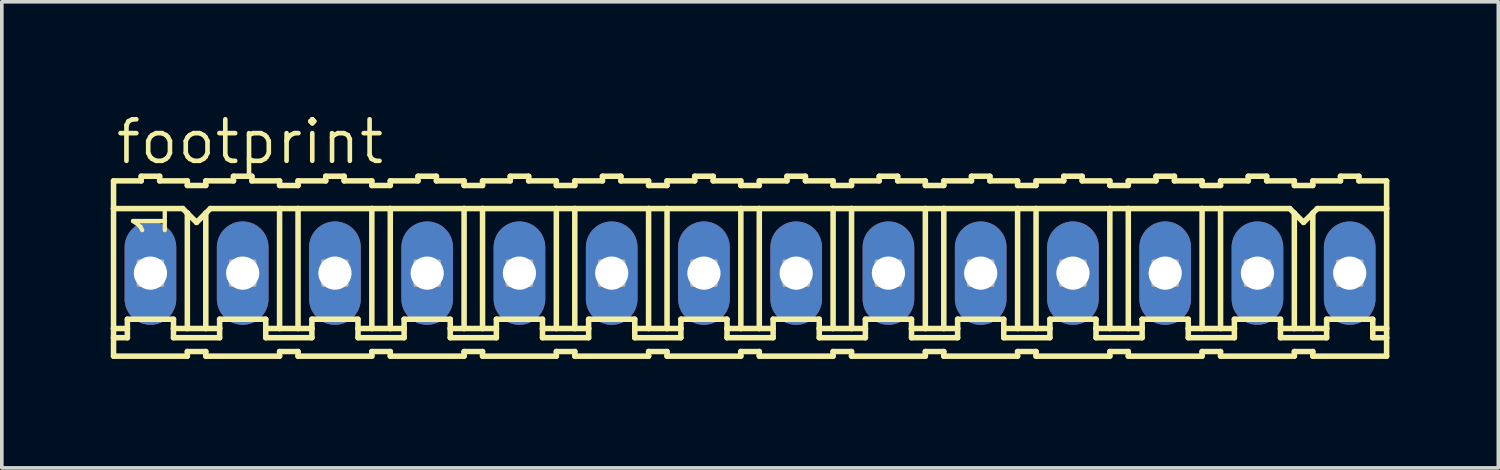
<source format=kicad_pcb>
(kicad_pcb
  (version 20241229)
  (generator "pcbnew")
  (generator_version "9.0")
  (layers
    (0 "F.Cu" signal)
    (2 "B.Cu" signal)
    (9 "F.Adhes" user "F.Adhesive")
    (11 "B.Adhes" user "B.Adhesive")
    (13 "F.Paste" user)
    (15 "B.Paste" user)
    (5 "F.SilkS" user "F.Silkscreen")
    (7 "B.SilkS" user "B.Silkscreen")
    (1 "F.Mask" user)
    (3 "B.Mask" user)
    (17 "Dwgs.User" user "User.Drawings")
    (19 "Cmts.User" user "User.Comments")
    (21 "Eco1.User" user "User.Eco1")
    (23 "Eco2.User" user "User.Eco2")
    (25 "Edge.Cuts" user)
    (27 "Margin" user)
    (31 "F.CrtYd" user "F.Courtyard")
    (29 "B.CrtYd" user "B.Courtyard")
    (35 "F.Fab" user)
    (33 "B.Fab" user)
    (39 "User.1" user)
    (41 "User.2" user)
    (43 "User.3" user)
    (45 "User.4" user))
  (footprint "footprint"
    (layer "F.Cu")
    (at 17.602 4.47)
    (property "Reference" "footprint" (at -17.526 -2.946 0) (layer "F.SilkS") (effects (font (size 1.143 1.143) (thickness 0.127)) (justify left bottom)))
    (fp_line (start -17.526 -2.54) (end -17.526 -1.778) (stroke (width 0.152) (type solid)) (layer "F.SilkS"))
    (fp_line (start -17.526 -2.54) (end -16.764 -2.54) (stroke (width 0.152) (type solid)) (layer "F.SilkS"))
    (fp_line (start -17.526 -1.778) (end -17.526 1.524) (stroke (width 0.152) (type solid)) (layer "F.SilkS"))
    (fp_line (start -17.526 1.524) (end -17.526 1.778) (stroke (width 0.152) (type solid)) (layer "F.SilkS"))
    (fp_line (start -17.526 1.778) (end -17.526 2.286) (stroke (width 0.152) (type solid)) (layer "F.SilkS"))
    (fp_line (start -17.526 1.778) (end -17.145 1.778) (stroke (width 0.152) (type solid)) (layer "F.SilkS"))
    (fp_line (start -17.145 1.27) (end -15.875 1.27) (stroke (width 0.152) (type solid)) (layer "F.SilkS"))
    (fp_line (start -17.145 1.524) (end -17.526 1.524) (stroke (width 0.152) (type solid)) (layer "F.SilkS"))
    (fp_line (start -17.145 1.524) (end -17.145 1.27) (stroke (width 0.152) (type solid)) (layer "F.SilkS"))
    (fp_line (start -17.145 1.778) (end -17.145 1.524) (stroke (width 0.152) (type solid)) (layer "F.SilkS"))
    (fp_line (start -16.764 -2.54) (end -16.764 -2.667) (stroke (width 0.152) (type solid)) (layer "F.SilkS"))
    (fp_line (start -16.256 -2.667) (end -16.764 -2.667) (stroke (width 0.152) (type solid)) (layer "F.SilkS"))
    (fp_line (start -16.256 -2.54) (end -16.256 -2.667) (stroke (width 0.152) (type solid)) (layer "F.SilkS"))
    (fp_line (start -15.875 1.524) (end -15.875 1.27) (stroke (width 0.152) (type solid)) (layer "F.SilkS"))
    (fp_line (start -15.875 1.524) (end -15.494 1.524) (stroke (width 0.152) (type solid)) (layer "F.SilkS"))
    (fp_line (start -15.875 1.778) (end -15.875 1.524) (stroke (width 0.152) (type solid)) (layer "F.SilkS"))
    (fp_line (start -15.621 -1.778) (end -17.526 -1.778) (stroke (width 0.152) (type solid)) (layer "F.SilkS"))
    (fp_line (start -15.621 -1.778) (end -15.494 -1.651) (stroke (width 0.152) (type solid)) (layer "F.SilkS"))
    (fp_line (start -15.494 -2.54) (end -16.256 -2.54) (stroke (width 0.152) (type solid)) (layer "F.SilkS"))
    (fp_line (start -15.494 -2.413) (end -15.494 -2.54) (stroke (width 0.152) (type solid)) (layer "F.SilkS"))
    (fp_line (start -15.494 -2.413) (end -14.986 -2.413) (stroke (width 0.152) (type solid)) (layer "F.SilkS"))
    (fp_line (start -15.494 -1.651) (end -15.494 1.524) (stroke (width 0.152) (type solid)) (layer "F.SilkS"))
    (fp_line (start -15.494 -1.651) (end -15.24 -1.397) (stroke (width 0.152) (type solid)) (layer "F.SilkS"))
    (fp_line (start -15.494 1.524) (end -14.986 1.524) (stroke (width 0.152) (type solid)) (layer "F.SilkS"))
    (fp_line (start -15.494 2.159) (end -15.494 2.286) (stroke (width 0.152) (type solid)) (layer "F.SilkS"))
    (fp_line (start -15.494 2.286) (end -17.526 2.286) (stroke (width 0.152) (type solid)) (layer "F.SilkS"))
    (fp_line (start -15.24 -1.397) (end -14.986 -1.651) (stroke (width 0.152) (type solid)) (layer "F.SilkS"))
    (fp_line (start -14.986 -2.54) (end -14.224 -2.54) (stroke (width 0.152) (type solid)) (layer "F.SilkS"))
    (fp_line (start -14.986 -2.413) (end -14.986 -2.54) (stroke (width 0.152) (type solid)) (layer "F.SilkS"))
    (fp_line (start -14.986 -1.651) (end -14.986 1.524) (stroke (width 0.152) (type solid)) (layer "F.SilkS"))
    (fp_line (start -14.986 -1.651) (end -14.859 -1.778) (stroke (width 0.152) (type solid)) (layer "F.SilkS"))
    (fp_line (start -14.986 1.524) (end -14.605 1.524) (stroke (width 0.152) (type solid)) (layer "F.SilkS"))
    (fp_line (start -14.986 2.159) (end -15.494 2.159) (stroke (width 0.152) (type solid)) (layer "F.SilkS"))
    (fp_line (start -14.986 2.159) (end -14.986 2.286) (stroke (width 0.152) (type solid)) (layer "F.SilkS"))
    (fp_line (start -14.986 2.286) (end -12.954 2.286) (stroke (width 0.152) (type solid)) (layer "F.SilkS"))
    (fp_line (start -14.859 -1.778) (end -12.954 -1.778) (stroke (width 0.152) (type solid)) (layer "F.SilkS"))
    (fp_line (start -14.605 1.27) (end -13.335 1.27) (stroke (width 0.152) (type solid)) (layer "F.SilkS"))
    (fp_line (start -14.605 1.524) (end -14.605 1.27) (stroke (width 0.152) (type solid)) (layer "F.SilkS"))
    (fp_line (start -14.605 1.778) (end -15.875 1.778) (stroke (width 0.152) (type solid)) (layer "F.SilkS"))
    (fp_line (start -14.605 1.778) (end -14.605 1.524) (stroke (width 0.152) (type solid)) (layer "F.SilkS"))
    (fp_line (start -14.224 -2.54) (end -14.224 -2.667) (stroke (width 0.152) (type solid)) (layer "F.SilkS"))
    (fp_line (start -13.716 -2.667) (end -14.224 -2.667) (stroke (width 0.152) (type solid)) (layer "F.SilkS"))
    (fp_line (start -13.716 -2.54) (end -13.716 -2.667) (stroke (width 0.152) (type solid)) (layer "F.SilkS"))
    (fp_line (start -13.716 -2.54) (end -12.954 -2.54) (stroke (width 0.152) (type solid)) (layer "F.SilkS"))
    (fp_line (start -13.335 1.524) (end -13.335 1.27) (stroke (width 0.152) (type solid)) (layer "F.SilkS"))
    (fp_line (start -13.335 1.524) (end -12.954 1.524) (stroke (width 0.152) (type solid)) (layer "F.SilkS"))
    (fp_line (start -13.335 1.778) (end -13.335 1.524) (stroke (width 0.152) (type solid)) (layer "F.SilkS"))
    (fp_line (start -13.335 1.778) (end -12.065 1.778) (stroke (width 0.152) (type solid)) (layer "F.SilkS"))
    (fp_line (start -12.954 -2.413) (end -12.954 -2.54) (stroke (width 0.152) (type solid)) (layer "F.SilkS"))
    (fp_line (start -12.954 -1.778) (end -12.954 1.524) (stroke (width 0.152) (type solid)) (layer "F.SilkS"))
    (fp_line (start -12.954 -1.778) (end -12.446 -1.778) (stroke (width 0.152) (type solid)) (layer "F.SilkS"))
    (fp_line (start -12.954 1.524) (end -12.446 1.524) (stroke (width 0.152) (type solid)) (layer "F.SilkS"))
    (fp_line (start -12.954 2.159) (end -12.954 2.286) (stroke (width 0.152) (type solid)) (layer "F.SilkS"))
    (fp_line (start -12.446 -2.54) (end -11.684 -2.54) (stroke (width 0.152) (type solid)) (layer "F.SilkS"))
    (fp_line (start -12.446 -2.413) (end -12.954 -2.413) (stroke (width 0.152) (type solid)) (layer "F.SilkS"))
    (fp_line (start -12.446 -2.413) (end -12.446 -2.54) (stroke (width 0.152) (type solid)) (layer "F.SilkS"))
    (fp_line (start -12.446 -1.778) (end -12.446 1.524) (stroke (width 0.152) (type solid)) (layer "F.SilkS"))
    (fp_line (start -12.446 -1.778) (end -10.414 -1.778) (stroke (width 0.152) (type solid)) (layer "F.SilkS"))
    (fp_line (start -12.446 1.524) (end -12.065 1.524) (stroke (width 0.152) (type solid)) (layer "F.SilkS"))
    (fp_line (start -12.446 2.159) (end -12.954 2.159) (stroke (width 0.152) (type solid)) (layer "F.SilkS"))
    (fp_line (start -12.446 2.159) (end -12.446 2.286) (stroke (width 0.152) (type solid)) (layer "F.SilkS"))
    (fp_line (start -12.065 1.27) (end -10.795 1.27) (stroke (width 0.152) (type solid)) (layer "F.SilkS"))
    (fp_line (start -12.065 1.524) (end -12.065 1.27) (stroke (width 0.152) (type solid)) (layer "F.SilkS"))
    (fp_line (start -12.065 1.778) (end -12.065 1.524) (stroke (width 0.152) (type solid)) (layer "F.SilkS"))
    (fp_line (start -11.684 -2.54) (end -11.684 -2.667) (stroke (width 0.152) (type solid)) (layer "F.SilkS"))
    (fp_line (start -11.176 -2.667) (end -11.684 -2.667) (stroke (width 0.152) (type solid)) (layer "F.SilkS"))
    (fp_line (start -11.176 -2.54) (end -11.176 -2.667) (stroke (width 0.152) (type solid)) (layer "F.SilkS"))
    (fp_line (start -11.176 -2.54) (end -10.414 -2.54) (stroke (width 0.152) (type solid)) (layer "F.SilkS"))
    (fp_line (start -10.795 1.524) (end -10.795 1.27) (stroke (width 0.152) (type solid)) (layer "F.SilkS"))
    (fp_line (start -10.795 1.524) (end -10.414 1.524) (stroke (width 0.152) (type solid)) (layer "F.SilkS"))
    (fp_line (start -10.795 1.778) (end -10.795 1.524) (stroke (width 0.152) (type solid)) (layer "F.SilkS"))
    (fp_line (start -10.414 -2.54) (end -10.414 -2.413) (stroke (width 0.152) (type solid)) (layer "F.SilkS"))
    (fp_line (start -10.414 -1.778) (end -10.414 1.524) (stroke (width 0.152) (type solid)) (layer "F.SilkS"))
    (fp_line (start -10.414 2.159) (end -10.414 2.286) (stroke (width 0.152) (type solid)) (layer "F.SilkS"))
    (fp_line (start -10.414 2.286) (end -12.446 2.286) (stroke (width 0.152) (type solid)) (layer "F.SilkS"))
    (fp_line (start -9.906 -2.54) (end -9.906 -2.413) (stroke (width 0.152) (type solid)) (layer "F.SilkS"))
    (fp_line (start -9.906 -2.54) (end -9.144 -2.54) (stroke (width 0.152) (type solid)) (layer "F.SilkS"))
    (fp_line (start -9.906 -2.413) (end -10.414 -2.413) (stroke (width 0.152) (type solid)) (layer "F.SilkS"))
    (fp_line (start -9.906 -1.778) (end -10.414 -1.778) (stroke (width 0.152) (type solid)) (layer "F.SilkS"))
    (fp_line (start -9.906 -1.778) (end -9.906 1.524) (stroke (width 0.152) (type solid)) (layer "F.SilkS"))
    (fp_line (start -9.906 -1.778) (end -7.874 -1.778) (stroke (width 0.152) (type solid)) (layer "F.SilkS"))
    (fp_line (start -9.906 1.524) (end -10.414 1.524) (stroke (width 0.152) (type solid)) (layer "F.SilkS"))
    (fp_line (start -9.906 2.159) (end -10.414 2.159) (stroke (width 0.152) (type solid)) (layer "F.SilkS"))
    (fp_line (start -9.906 2.159) (end -9.906 2.286) (stroke (width 0.152) (type solid)) (layer "F.SilkS"))
    (fp_line (start -9.525 1.27) (end -8.255 1.27) (stroke (width 0.152) (type solid)) (layer "F.SilkS"))
    (fp_line (start -9.525 1.524) (end -9.906 1.524) (stroke (width 0.152) (type solid)) (layer "F.SilkS"))
    (fp_line (start -9.525 1.524) (end -9.525 1.27) (stroke (width 0.152) (type solid)) (layer "F.SilkS"))
    (fp_line (start -9.525 1.778) (end -10.795 1.778) (stroke (width 0.152) (type solid)) (layer "F.SilkS"))
    (fp_line (start -9.525 1.778) (end -9.525 1.524) (stroke (width 0.152) (type solid)) (layer "F.SilkS"))
    (fp_line (start -9.144 -2.54) (end -9.144 -2.667) (stroke (width 0.152) (type solid)) (layer "F.SilkS"))
    (fp_line (start -8.636 -2.667) (end -9.144 -2.667) (stroke (width 0.152) (type solid)) (layer "F.SilkS"))
    (fp_line (start -8.636 -2.54) (end -8.636 -2.667) (stroke (width 0.152) (type solid)) (layer "F.SilkS"))
    (fp_line (start -8.255 1.524) (end -8.255 1.27) (stroke (width 0.152) (type solid)) (layer "F.SilkS"))
    (fp_line (start -8.255 1.524) (end -7.874 1.524) (stroke (width 0.152) (type solid)) (layer "F.SilkS"))
    (fp_line (start -8.255 1.778) (end -8.255 1.524) (stroke (width 0.152) (type solid)) (layer "F.SilkS"))
    (fp_line (start -7.874 -2.54) (end -8.636 -2.54) (stroke (width 0.152) (type solid)) (layer "F.SilkS"))
    (fp_line (start -7.874 -2.413) (end -7.874 -2.54) (stroke (width 0.152) (type solid)) (layer "F.SilkS"))
    (fp_line (start -7.874 -2.413) (end -7.366 -2.413) (stroke (width 0.152) (type solid)) (layer "F.SilkS"))
    (fp_line (start -7.874 -1.778) (end -7.874 1.524) (stroke (width 0.152) (type solid)) (layer "F.SilkS"))
    (fp_line (start -7.874 -1.778) (end -7.366 -1.778) (stroke (width 0.152) (type solid)) (layer "F.SilkS"))
    (fp_line (start -7.874 1.524) (end -7.366 1.524) (stroke (width 0.152) (type solid)) (layer "F.SilkS"))
    (fp_line (start -7.874 2.159) (end -7.874 2.286) (stroke (width 0.152) (type solid)) (layer "F.SilkS"))
    (fp_line (start -7.874 2.286) (end -9.906 2.286) (stroke (width 0.152) (type solid)) (layer "F.SilkS"))
    (fp_line (start -7.366 -2.54) (end -6.604 -2.54) (stroke (width 0.152) (type solid)) (layer "F.SilkS"))
    (fp_line (start -7.366 -2.413) (end -7.366 -2.54) (stroke (width 0.152) (type solid)) (layer "F.SilkS"))
    (fp_line (start -7.366 -1.778) (end -7.366 1.524) (stroke (width 0.152) (type solid)) (layer "F.SilkS"))
    (fp_line (start -7.366 -1.778) (end -5.334 -1.778) (stroke (width 0.152) (type solid)) (layer "F.SilkS"))
    (fp_line (start -7.366 1.524) (end -6.985 1.524) (stroke (width 0.152) (type solid)) (layer "F.SilkS"))
    (fp_line (start -7.366 2.159) (end -7.874 2.159) (stroke (width 0.152) (type solid)) (layer "F.SilkS"))
    (fp_line (start -7.366 2.159) (end -7.366 2.286) (stroke (width 0.152) (type solid)) (layer "F.SilkS"))
    (fp_line (start -6.985 1.27) (end -5.715 1.27) (stroke (width 0.152) (type solid)) (layer "F.SilkS"))
    (fp_line (start -6.985 1.524) (end -6.985 1.27) (stroke (width 0.152) (type solid)) (layer "F.SilkS"))
    (fp_line (start -6.985 1.778) (end -8.255 1.778) (stroke (width 0.152) (type solid)) (layer "F.SilkS"))
    (fp_line (start -6.985 1.778) (end -6.985 1.524) (stroke (width 0.152) (type solid)) (layer "F.SilkS"))
    (fp_line (start -6.604 -2.54) (end -6.604 -2.667) (stroke (width 0.152) (type solid)) (layer "F.SilkS"))
    (fp_line (start -6.096 -2.667) (end -6.604 -2.667) (stroke (width 0.152) (type solid)) (layer "F.SilkS"))
    (fp_line (start -6.096 -2.54) (end -6.096 -2.667) (stroke (width 0.152) (type solid)) (layer "F.SilkS"))
    (fp_line (start -5.715 1.524) (end -5.715 1.27) (stroke (width 0.152) (type solid)) (layer "F.SilkS"))
    (fp_line (start -5.715 1.524) (end -5.334 1.524) (stroke (width 0.152) (type solid)) (layer "F.SilkS"))
    (fp_line (start -5.715 1.778) (end -5.715 1.524) (stroke (width 0.152) (type solid)) (layer "F.SilkS"))
    (fp_line (start -5.334 -2.54) (end -6.096 -2.54) (stroke (width 0.152) (type solid)) (layer "F.SilkS"))
    (fp_line (start -5.334 -2.413) (end -5.334 -2.54) (stroke (width 0.152) (type solid)) (layer "F.SilkS"))
    (fp_line (start -5.334 -2.413) (end -4.826 -2.413) (stroke (width 0.152) (type solid)) (layer "F.SilkS"))
    (fp_line (start -5.334 -1.778) (end -5.334 1.524) (stroke (width 0.152) (type solid)) (layer "F.SilkS"))
    (fp_line (start -5.334 -1.778) (end -4.826 -1.778) (stroke (width 0.152) (type solid)) (layer "F.SilkS"))
    (fp_line (start -5.334 1.524) (end -4.826 1.524) (stroke (width 0.152) (type solid)) (layer "F.SilkS"))
    (fp_line (start -5.334 2.159) (end -5.334 2.286) (stroke (width 0.152) (type solid)) (layer "F.SilkS"))
    (fp_line (start -5.334 2.286) (end -7.366 2.286) (stroke (width 0.152) (type solid)) (layer "F.SilkS"))
    (fp_line (start -4.826 -2.54) (end -4.064 -2.54) (stroke (width 0.152) (type solid)) (layer "F.SilkS"))
    (fp_line (start -4.826 -2.413) (end -4.826 -2.54) (stroke (width 0.152) (type solid)) (layer "F.SilkS"))
    (fp_line (start -4.826 -1.778) (end -4.826 1.524) (stroke (width 0.152) (type solid)) (layer "F.SilkS"))
    (fp_line (start -4.826 -1.778) (end -2.794 -1.778) (stroke (width 0.152) (type solid)) (layer "F.SilkS"))
    (fp_line (start -4.826 1.524) (end -4.445 1.524) (stroke (width 0.152) (type solid)) (layer "F.SilkS"))
    (fp_line (start -4.826 2.159) (end -5.334 2.159) (stroke (width 0.152) (type solid)) (layer "F.SilkS"))
    (fp_line (start -4.826 2.159) (end -4.826 2.286) (stroke (width 0.152) (type solid)) (layer "F.SilkS"))
    (fp_line (start -4.445 1.27) (end -3.175 1.27) (stroke (width 0.152) (type solid)) (layer "F.SilkS"))
    (fp_line (start -4.445 1.524) (end -4.445 1.27) (stroke (width 0.152) (type solid)) (layer "F.SilkS"))
    (fp_line (start -4.445 1.778) (end -5.715 1.778) (stroke (width 0.152) (type solid)) (layer "F.SilkS"))
    (fp_line (start -4.445 1.778) (end -4.445 1.524) (stroke (width 0.152) (type solid)) (layer "F.SilkS"))
    (fp_line (start -4.064 -2.54) (end -4.064 -2.667) (stroke (width 0.152) (type solid)) (layer "F.SilkS"))
    (fp_line (start -3.556 -2.667) (end -4.064 -2.667) (stroke (width 0.152) (type solid)) (layer "F.SilkS"))
    (fp_line (start -3.556 -2.54) (end -3.556 -2.667) (stroke (width 0.152) (type solid)) (layer "F.SilkS"))
    (fp_line (start -3.175 1.524) (end -3.175 1.27) (stroke (width 0.152) (type solid)) (layer "F.SilkS"))
    (fp_line (start -3.175 1.524) (end -2.794 1.524) (stroke (width 0.152) (type solid)) (layer "F.SilkS"))
    (fp_line (start -3.175 1.778) (end -3.175 1.524) (stroke (width 0.152) (type solid)) (layer "F.SilkS"))
    (fp_line (start -2.794 -2.54) (end -3.556 -2.54) (stroke (width 0.152) (type solid)) (layer "F.SilkS"))
    (fp_line (start -2.794 -2.413) (end -2.794 -2.54) (stroke (width 0.152) (type solid)) (layer "F.SilkS"))
    (fp_line (start -2.794 -2.413) (end -2.286 -2.413) (stroke (width 0.152) (type solid)) (layer "F.SilkS"))
    (fp_line (start -2.794 -1.778) (end -2.794 1.524) (stroke (width 0.152) (type solid)) (layer "F.SilkS"))
    (fp_line (start -2.794 -1.778) (end -2.286 -1.778) (stroke (width 0.152) (type solid)) (layer "F.SilkS"))
    (fp_line (start -2.794 1.524) (end -2.286 1.524) (stroke (width 0.152) (type solid)) (layer "F.SilkS"))
    (fp_line (start -2.794 2.159) (end -2.794 2.286) (stroke (width 0.152) (type solid)) (layer "F.SilkS"))
    (fp_line (start -2.794 2.286) (end -4.826 2.286) (stroke (width 0.152) (type solid)) (layer "F.SilkS"))
    (fp_line (start -2.286 -2.54) (end -1.524 -2.54) (stroke (width 0.152) (type solid)) (layer "F.SilkS"))
    (fp_line (start -2.286 -2.413) (end -2.286 -2.54) (stroke (width 0.152) (type solid)) (layer "F.SilkS"))
    (fp_line (start -2.286 -1.778) (end -2.286 1.524) (stroke (width 0.152) (type solid)) (layer "F.SilkS"))
    (fp_line (start -2.286 -1.778) (end -0.254 -1.778) (stroke (width 0.152) (type solid)) (layer "F.SilkS"))
    (fp_line (start -2.286 1.524) (end -1.905 1.524) (stroke (width 0.152) (type solid)) (layer "F.SilkS"))
    (fp_line (start -2.286 2.159) (end -2.794 2.159) (stroke (width 0.152) (type solid)) (layer "F.SilkS"))
    (fp_line (start -2.286 2.159) (end -2.286 2.286) (stroke (width 0.152) (type solid)) (layer "F.SilkS"))
    (fp_line (start -1.905 1.27) (end -0.635 1.27) (stroke (width 0.152) (type solid)) (layer "F.SilkS"))
    (fp_line (start -1.905 1.524) (end -1.905 1.27) (stroke (width 0.152) (type solid)) (layer "F.SilkS"))
    (fp_line (start -1.905 1.778) (end -3.175 1.778) (stroke (width 0.152) (type solid)) (layer "F.SilkS"))
    (fp_line (start -1.905 1.778) (end -1.905 1.524) (stroke (width 0.152) (type solid)) (layer "F.SilkS"))
    (fp_line (start -1.524 -2.54) (end -1.524 -2.667) (stroke (width 0.152) (type solid)) (layer "F.SilkS"))
    (fp_line (start -1.016 -2.667) (end -1.524 -2.667) (stroke (width 0.152) (type solid)) (layer "F.SilkS"))
    (fp_line (start -1.016 -2.54) (end -1.016 -2.667) (stroke (width 0.152) (type solid)) (layer "F.SilkS"))
    (fp_line (start -0.635 1.524) (end -0.635 1.27) (stroke (width 0.152) (type solid)) (layer "F.SilkS"))
    (fp_line (start -0.635 1.524) (end -0.254 1.524) (stroke (width 0.152) (type solid)) (layer "F.SilkS"))
    (fp_line (start -0.635 1.778) (end -0.635 1.524) (stroke (width 0.152) (type solid)) (layer "F.SilkS"))
    (fp_line (start -0.254 -2.54) (end -1.016 -2.54) (stroke (width 0.152) (type solid)) (layer "F.SilkS"))
    (fp_line (start -0.254 -2.413) (end -0.254 -2.54) (stroke (width 0.152) (type solid)) (layer "F.SilkS"))
    (fp_line (start -0.254 -2.413) (end 0.254 -2.413) (stroke (width 0.152) (type solid)) (layer "F.SilkS"))
    (fp_line (start -0.254 -1.778) (end -0.254 1.524) (stroke (width 0.152) (type solid)) (layer "F.SilkS"))
    (fp_line (start -0.254 -1.778) (end 0.254 -1.778) (stroke (width 0.152) (type solid)) (layer "F.SilkS"))
    (fp_line (start -0.254 1.524) (end 0.254 1.524) (stroke (width 0.152) (type solid)) (layer "F.SilkS"))
    (fp_line (start -0.254 2.159) (end -0.254 2.286) (stroke (width 0.152) (type solid)) (layer "F.SilkS"))
    (fp_line (start -0.254 2.286) (end -2.286 2.286) (stroke (width 0.152) (type solid)) (layer "F.SilkS"))
    (fp_line (start 0.254 -2.54) (end 1.016 -2.54) (stroke (width 0.152) (type solid)) (layer "F.SilkS"))
    (fp_line (start 0.254 -2.413) (end 0.254 -2.54) (stroke (width 0.152) (type solid)) (layer "F.SilkS"))
    (fp_line (start 0.254 -1.778) (end 0.254 1.524) (stroke (width 0.152) (type solid)) (layer "F.SilkS"))
    (fp_line (start 0.254 -1.778) (end 2.286 -1.778) (stroke (width 0.152) (type solid)) (layer "F.SilkS"))
    (fp_line (start 0.254 1.524) (end 0.635 1.524) (stroke (width 0.152) (type solid)) (layer "F.SilkS"))
    (fp_line (start 0.254 2.159) (end -0.254 2.159) (stroke (width 0.152) (type solid)) (layer "F.SilkS"))
    (fp_line (start 0.254 2.159) (end 0.254 2.286) (stroke (width 0.152) (type solid)) (layer "F.SilkS"))
    (fp_line (start 0.635 1.27) (end 1.905 1.27) (stroke (width 0.152) (type solid)) (layer "F.SilkS"))
    (fp_line (start 0.635 1.524) (end 0.635 1.27) (stroke (width 0.152) (type solid)) (layer "F.SilkS"))
    (fp_line (start 0.635 1.778) (end -0.635 1.778) (stroke (width 0.152) (type solid)) (layer "F.SilkS"))
    (fp_line (start 0.635 1.778) (end 0.635 1.524) (stroke (width 0.152) (type solid)) (layer "F.SilkS"))
    (fp_line (start 1.016 -2.54) (end 1.016 -2.667) (stroke (width 0.152) (type solid)) (layer "F.SilkS"))
    (fp_line (start 1.524 -2.667) (end 1.016 -2.667) (stroke (width 0.152) (type solid)) (layer "F.SilkS"))
    (fp_line (start 1.524 -2.54) (end 1.524 -2.667) (stroke (width 0.152) (type solid)) (layer "F.SilkS"))
    (fp_line (start 1.905 1.524) (end 1.905 1.27) (stroke (width 0.152) (type solid)) (layer "F.SilkS"))
    (fp_line (start 1.905 1.524) (end 2.286 1.524) (stroke (width 0.152) (type solid)) (layer "F.SilkS"))
    (fp_line (start 1.905 1.778) (end 1.905 1.524) (stroke (width 0.152) (type solid)) (layer "F.SilkS"))
    (fp_line (start 2.286 -2.54) (end 1.524 -2.54) (stroke (width 0.152) (type solid)) (layer "F.SilkS"))
    (fp_line (start 2.286 -2.413) (end 2.286 -2.54) (stroke (width 0.152) (type solid)) (layer "F.SilkS"))
    (fp_line (start 2.286 -2.413) (end 2.794 -2.413) (stroke (width 0.152) (type solid)) (layer "F.SilkS"))
    (fp_line (start 2.286 -1.778) (end 2.286 1.524) (stroke (width 0.152) (type solid)) (layer "F.SilkS"))
    (fp_line (start 2.286 -1.778) (end 2.794 -1.778) (stroke (width 0.152) (type solid)) (layer "F.SilkS"))
    (fp_line (start 2.286 1.524) (end 2.794 1.524) (stroke (width 0.152) (type solid)) (layer "F.SilkS"))
    (fp_line (start 2.286 2.159) (end 2.286 2.286) (stroke (width 0.152) (type solid)) (layer "F.SilkS"))
    (fp_line (start 2.286 2.286) (end 0.254 2.286) (stroke (width 0.152) (type solid)) (layer "F.SilkS"))
    (fp_line (start 2.794 -2.54) (end 3.556 -2.54) (stroke (width 0.152) (type solid)) (layer "F.SilkS"))
    (fp_line (start 2.794 -2.413) (end 2.794 -2.54) (stroke (width 0.152) (type solid)) (layer "F.SilkS"))
    (fp_line (start 2.794 -1.778) (end 2.794 1.524) (stroke (width 0.152) (type solid)) (layer "F.SilkS"))
    (fp_line (start 2.794 -1.778) (end 4.826 -1.778) (stroke (width 0.152) (type solid)) (layer "F.SilkS"))
    (fp_line (start 2.794 1.524) (end 3.175 1.524) (stroke (width 0.152) (type solid)) (layer "F.SilkS"))
    (fp_line (start 2.794 2.159) (end 2.286 2.159) (stroke (width 0.152) (type solid)) (layer "F.SilkS"))
    (fp_line (start 2.794 2.159) (end 2.794 2.286) (stroke (width 0.152) (type solid)) (layer "F.SilkS"))
    (fp_line (start 3.175 1.27) (end 4.445 1.27) (stroke (width 0.152) (type solid)) (layer "F.SilkS"))
    (fp_line (start 3.175 1.524) (end 3.175 1.27) (stroke (width 0.152) (type solid)) (layer "F.SilkS"))
    (fp_line (start 3.175 1.778) (end 1.905 1.778) (stroke (width 0.152) (type solid)) (layer "F.SilkS"))
    (fp_line (start 3.175 1.778) (end 3.175 1.524) (stroke (width 0.152) (type solid)) (layer "F.SilkS"))
    (fp_line (start 3.556 -2.54) (end 3.556 -2.667) (stroke (width 0.152) (type solid)) (layer "F.SilkS"))
    (fp_line (start 4.064 -2.667) (end 3.556 -2.667) (stroke (width 0.152) (type solid)) (layer "F.SilkS"))
    (fp_line (start 4.064 -2.54) (end 4.064 -2.667) (stroke (width 0.152) (type solid)) (layer "F.SilkS"))
    (fp_line (start 4.445 1.524) (end 4.445 1.27) (stroke (width 0.152) (type solid)) (layer "F.SilkS"))
    (fp_line (start 4.445 1.524) (end 4.826 1.524) (stroke (width 0.152) (type solid)) (layer "F.SilkS"))
    (fp_line (start 4.445 1.778) (end 4.445 1.524) (stroke (width 0.152) (type solid)) (layer "F.SilkS"))
    (fp_line (start 4.826 -2.54) (end 4.064 -2.54) (stroke (width 0.152) (type solid)) (layer "F.SilkS"))
    (fp_line (start 4.826 -2.413) (end 4.826 -2.54) (stroke (width 0.152) (type solid)) (layer "F.SilkS"))
    (fp_line (start 4.826 -2.413) (end 5.334 -2.413) (stroke (width 0.152) (type solid)) (layer "F.SilkS"))
    (fp_line (start 4.826 -1.778) (end 4.826 1.524) (stroke (width 0.152) (type solid)) (layer "F.SilkS"))
    (fp_line (start 4.826 -1.778) (end 5.334 -1.778) (stroke (width 0.152) (type solid)) (layer "F.SilkS"))
    (fp_line (start 4.826 1.524) (end 5.334 1.524) (stroke (width 0.152) (type solid)) (layer "F.SilkS"))
    (fp_line (start 4.826 2.159) (end 4.826 2.286) (stroke (width 0.152) (type solid)) (layer "F.SilkS"))
    (fp_line (start 4.826 2.286) (end 2.794 2.286) (stroke (width 0.152) (type solid)) (layer "F.SilkS"))
    (fp_line (start 5.334 -2.54) (end 6.096 -2.54) (stroke (width 0.152) (type solid)) (layer "F.SilkS"))
    (fp_line (start 5.334 -2.413) (end 5.334 -2.54) (stroke (width 0.152) (type solid)) (layer "F.SilkS"))
    (fp_line (start 5.334 -1.778) (end 5.334 1.524) (stroke (width 0.152) (type solid)) (layer "F.SilkS"))
    (fp_line (start 5.334 -1.778) (end 7.366 -1.778) (stroke (width 0.152) (type solid)) (layer "F.SilkS"))
    (fp_line (start 5.334 1.524) (end 5.715 1.524) (stroke (width 0.152) (type solid)) (layer "F.SilkS"))
    (fp_line (start 5.334 2.159) (end 4.826 2.159) (stroke (width 0.152) (type solid)) (layer "F.SilkS"))
    (fp_line (start 5.334 2.159) (end 5.334 2.286) (stroke (width 0.152) (type solid)) (layer "F.SilkS"))
    (fp_line (start 5.715 1.27) (end 6.985 1.27) (stroke (width 0.152) (type solid)) (layer "F.SilkS"))
    (fp_line (start 5.715 1.524) (end 5.715 1.27) (stroke (width 0.152) (type solid)) (layer "F.SilkS"))
    (fp_line (start 5.715 1.778) (end 4.445 1.778) (stroke (width 0.152) (type solid)) (layer "F.SilkS"))
    (fp_line (start 5.715 1.778) (end 5.715 1.524) (stroke (width 0.152) (type solid)) (layer "F.SilkS"))
    (fp_line (start 6.096 -2.54) (end 6.096 -2.667) (stroke (width 0.152) (type solid)) (layer "F.SilkS"))
    (fp_line (start 6.604 -2.667) (end 6.096 -2.667) (stroke (width 0.152) (type solid)) (layer "F.SilkS"))
    (fp_line (start 6.604 -2.54) (end 6.604 -2.667) (stroke (width 0.152) (type solid)) (layer "F.SilkS"))
    (fp_line (start 6.985 1.524) (end 6.985 1.27) (stroke (width 0.152) (type solid)) (layer "F.SilkS"))
    (fp_line (start 6.985 1.524) (end 7.366 1.524) (stroke (width 0.152) (type solid)) (layer "F.SilkS"))
    (fp_line (start 6.985 1.778) (end 6.985 1.524) (stroke (width 0.152) (type solid)) (layer "F.SilkS"))
    (fp_line (start 7.366 -2.54) (end 6.604 -2.54) (stroke (width 0.152) (type solid)) (layer "F.SilkS"))
    (fp_line (start 7.366 -2.413) (end 7.366 -2.54) (stroke (width 0.152) (type solid)) (layer "F.SilkS"))
    (fp_line (start 7.366 -2.413) (end 7.874 -2.413) (stroke (width 0.152) (type solid)) (layer "F.SilkS"))
    (fp_line (start 7.366 -1.778) (end 7.366 1.524) (stroke (width 0.152) (type solid)) (layer "F.SilkS"))
    (fp_line (start 7.366 -1.778) (end 7.874 -1.778) (stroke (width 0.152) (type solid)) (layer "F.SilkS"))
    (fp_line (start 7.366 1.524) (end 7.874 1.524) (stroke (width 0.152) (type solid)) (layer "F.SilkS"))
    (fp_line (start 7.366 2.159) (end 7.366 2.286) (stroke (width 0.152) (type solid)) (layer "F.SilkS"))
    (fp_line (start 7.366 2.286) (end 5.334 2.286) (stroke (width 0.152) (type solid)) (layer "F.SilkS"))
    (fp_line (start 7.874 -2.54) (end 8.636 -2.54) (stroke (width 0.152) (type solid)) (layer "F.SilkS"))
    (fp_line (start 7.874 -2.413) (end 7.874 -2.54) (stroke (width 0.152) (type solid)) (layer "F.SilkS"))
    (fp_line (start 7.874 -1.778) (end 7.874 1.524) (stroke (width 0.152) (type solid)) (layer "F.SilkS"))
    (fp_line (start 7.874 -1.778) (end 9.906 -1.778) (stroke (width 0.152) (type solid)) (layer "F.SilkS"))
    (fp_line (start 7.874 1.524) (end 8.255 1.524) (stroke (width 0.152) (type solid)) (layer "F.SilkS"))
    (fp_line (start 7.874 2.159) (end 7.366 2.159) (stroke (width 0.152) (type solid)) (layer "F.SilkS"))
    (fp_line (start 7.874 2.159) (end 7.874 2.286) (stroke (width 0.152) (type solid)) (layer "F.SilkS"))
    (fp_line (start 8.255 1.27) (end 9.525 1.27) (stroke (width 0.152) (type solid)) (layer "F.SilkS"))
    (fp_line (start 8.255 1.524) (end 8.255 1.27) (stroke (width 0.152) (type solid)) (layer "F.SilkS"))
    (fp_line (start 8.255 1.778) (end 6.985 1.778) (stroke (width 0.152) (type solid)) (layer "F.SilkS"))
    (fp_line (start 8.255 1.778) (end 8.255 1.524) (stroke (width 0.152) (type solid)) (layer "F.SilkS"))
    (fp_line (start 8.636 -2.54) (end 8.636 -2.667) (stroke (width 0.152) (type solid)) (layer "F.SilkS"))
    (fp_line (start 9.144 -2.667) (end 8.636 -2.667) (stroke (width 0.152) (type solid)) (layer "F.SilkS"))
    (fp_line (start 9.144 -2.54) (end 9.144 -2.667) (stroke (width 0.152) (type solid)) (layer "F.SilkS"))
    (fp_line (start 9.525 1.524) (end 9.525 1.27) (stroke (width 0.152) (type solid)) (layer "F.SilkS"))
    (fp_line (start 9.525 1.524) (end 9.906 1.524) (stroke (width 0.152) (type solid)) (layer "F.SilkS"))
    (fp_line (start 9.525 1.778) (end 9.525 1.524) (stroke (width 0.152) (type solid)) (layer "F.SilkS"))
    (fp_line (start 9.906 -2.54) (end 9.144 -2.54) (stroke (width 0.152) (type solid)) (layer "F.SilkS"))
    (fp_line (start 9.906 -2.413) (end 9.906 -2.54) (stroke (width 0.152) (type solid)) (layer "F.SilkS"))
    (fp_line (start 9.906 -2.413) (end 10.414 -2.413) (stroke (width 0.152) (type solid)) (layer "F.SilkS"))
    (fp_line (start 9.906 -1.778) (end 9.906 1.524) (stroke (width 0.152) (type solid)) (layer "F.SilkS"))
    (fp_line (start 9.906 -1.778) (end 10.414 -1.778) (stroke (width 0.152) (type solid)) (layer "F.SilkS"))
    (fp_line (start 9.906 1.524) (end 10.414 1.524) (stroke (width 0.152) (type solid)) (layer "F.SilkS"))
    (fp_line (start 9.906 2.159) (end 9.906 2.286) (stroke (width 0.152) (type solid)) (layer "F.SilkS"))
    (fp_line (start 9.906 2.286) (end 7.874 2.286) (stroke (width 0.152) (type solid)) (layer "F.SilkS"))
    (fp_line (start 10.414 -2.54) (end 11.176 -2.54) (stroke (width 0.152) (type solid)) (layer "F.SilkS"))
    (fp_line (start 10.414 -2.413) (end 10.414 -2.54) (stroke (width 0.152) (type solid)) (layer "F.SilkS"))
    (fp_line (start 10.414 -1.778) (end 10.414 1.524) (stroke (width 0.152) (type solid)) (layer "F.SilkS"))
    (fp_line (start 10.414 -1.778) (end 12.446 -1.778) (stroke (width 0.152) (type solid)) (layer "F.SilkS"))
    (fp_line (start 10.414 1.524) (end 10.795 1.524) (stroke (width 0.152) (type solid)) (layer "F.SilkS"))
    (fp_line (start 10.414 2.159) (end 9.906 2.159) (stroke (width 0.152) (type solid)) (layer "F.SilkS"))
    (fp_line (start 10.414 2.159) (end 10.414 2.286) (stroke (width 0.152) (type solid)) (layer "F.SilkS"))
    (fp_line (start 10.795 1.27) (end 12.065 1.27) (stroke (width 0.152) (type solid)) (layer "F.SilkS"))
    (fp_line (start 10.795 1.524) (end 10.795 1.27) (stroke (width 0.152) (type solid)) (layer "F.SilkS"))
    (fp_line (start 10.795 1.778) (end 9.525 1.778) (stroke (width 0.152) (type solid)) (layer "F.SilkS"))
    (fp_line (start 10.795 1.778) (end 10.795 1.524) (stroke (width 0.152) (type solid)) (layer "F.SilkS"))
    (fp_line (start 11.176 -2.54) (end 11.176 -2.667) (stroke (width 0.152) (type solid)) (layer "F.SilkS"))
    (fp_line (start 11.684 -2.667) (end 11.176 -2.667) (stroke (width 0.152) (type solid)) (layer "F.SilkS"))
    (fp_line (start 11.684 -2.54) (end 11.684 -2.667) (stroke (width 0.152) (type solid)) (layer "F.SilkS"))
    (fp_line (start 12.065 1.524) (end 12.065 1.27) (stroke (width 0.152) (type solid)) (layer "F.SilkS"))
    (fp_line (start 12.065 1.524) (end 12.446 1.524) (stroke (width 0.152) (type solid)) (layer "F.SilkS"))
    (fp_line (start 12.065 1.778) (end 12.065 1.524) (stroke (width 0.152) (type solid)) (layer "F.SilkS"))
    (fp_line (start 12.446 -2.54) (end 11.684 -2.54) (stroke (width 0.152) (type solid)) (layer "F.SilkS"))
    (fp_line (start 12.446 -2.413) (end 12.446 -2.54) (stroke (width 0.152) (type solid)) (layer "F.SilkS"))
    (fp_line (start 12.446 -2.413) (end 12.954 -2.413) (stroke (width 0.152) (type solid)) (layer "F.SilkS"))
    (fp_line (start 12.446 -1.778) (end 12.446 1.524) (stroke (width 0.152) (type solid)) (layer "F.SilkS"))
    (fp_line (start 12.446 -1.778) (end 12.954 -1.778) (stroke (width 0.152) (type solid)) (layer "F.SilkS"))
    (fp_line (start 12.446 1.524) (end 12.954 1.524) (stroke (width 0.152) (type solid)) (layer "F.SilkS"))
    (fp_line (start 12.446 2.159) (end 12.446 2.286) (stroke (width 0.152) (type solid)) (layer "F.SilkS"))
    (fp_line (start 12.446 2.286) (end 10.414 2.286) (stroke (width 0.152) (type solid)) (layer "F.SilkS"))
    (fp_line (start 12.954 -2.54) (end 13.716 -2.54) (stroke (width 0.152) (type solid)) (layer "F.SilkS"))
    (fp_line (start 12.954 -2.413) (end 12.954 -2.54) (stroke (width 0.152) (type solid)) (layer "F.SilkS"))
    (fp_line (start 12.954 -1.778) (end 12.954 1.524) (stroke (width 0.152) (type solid)) (layer "F.SilkS"))
    (fp_line (start 12.954 -1.778) (end 14.859 -1.778) (stroke (width 0.152) (type solid)) (layer "F.SilkS"))
    (fp_line (start 12.954 1.524) (end 13.335 1.524) (stroke (width 0.152) (type solid)) (layer "F.SilkS"))
    (fp_line (start 12.954 2.159) (end 12.446 2.159) (stroke (width 0.152) (type solid)) (layer "F.SilkS"))
    (fp_line (start 12.954 2.159) (end 12.954 2.286) (stroke (width 0.152) (type solid)) (layer "F.SilkS"))
    (fp_line (start 13.335 1.27) (end 14.605 1.27) (stroke (width 0.152) (type solid)) (layer "F.SilkS"))
    (fp_line (start 13.335 1.524) (end 13.335 1.27) (stroke (width 0.152) (type solid)) (layer "F.SilkS"))
    (fp_line (start 13.335 1.778) (end 12.065 1.778) (stroke (width 0.152) (type solid)) (layer "F.SilkS"))
    (fp_line (start 13.335 1.778) (end 13.335 1.524) (stroke (width 0.152) (type solid)) (layer "F.SilkS"))
    (fp_line (start 13.716 -2.54) (end 13.716 -2.667) (stroke (width 0.152) (type solid)) (layer "F.SilkS"))
    (fp_line (start 14.224 -2.667) (end 13.716 -2.667) (stroke (width 0.152) (type solid)) (layer "F.SilkS"))
    (fp_line (start 14.224 -2.54) (end 14.224 -2.667) (stroke (width 0.152) (type solid)) (layer "F.SilkS"))
    (fp_line (start 14.224 -2.54) (end 14.986 -2.54) (stroke (width 0.152) (type solid)) (layer "F.SilkS"))
    (fp_line (start 14.605 1.524) (end 14.605 1.27) (stroke (width 0.152) (type solid)) (layer "F.SilkS"))
    (fp_line (start 14.605 1.524) (end 14.986 1.524) (stroke (width 0.152) (type solid)) (layer "F.SilkS"))
    (fp_line (start 14.605 1.778) (end 14.605 1.524) (stroke (width 0.152) (type solid)) (layer "F.SilkS"))
    (fp_line (start 14.605 1.778) (end 15.875 1.778) (stroke (width 0.152) (type solid)) (layer "F.SilkS"))
    (fp_line (start 14.859 -1.778) (end 14.986 -1.651) (stroke (width 0.152) (type solid)) (layer "F.SilkS"))
    (fp_line (start 14.986 -2.413) (end 14.986 -2.54) (stroke (width 0.152) (type solid)) (layer "F.SilkS"))
    (fp_line (start 14.986 -1.651) (end 14.986 1.524) (stroke (width 0.152) (type solid)) (layer "F.SilkS"))
    (fp_line (start 14.986 -1.651) (end 15.24 -1.397) (stroke (width 0.152) (type solid)) (layer "F.SilkS"))
    (fp_line (start 14.986 1.524) (end 15.494 1.524) (stroke (width 0.152) (type solid)) (layer "F.SilkS"))
    (fp_line (start 14.986 2.159) (end 14.986 2.286) (stroke (width 0.152) (type solid)) (layer "F.SilkS"))
    (fp_line (start 14.986 2.286) (end 12.954 2.286) (stroke (width 0.152) (type solid)) (layer "F.SilkS"))
    (fp_line (start 15.24 -1.397) (end 15.494 -1.651) (stroke (width 0.152) (type solid)) (layer "F.SilkS"))
    (fp_line (start 15.494 -2.54) (end 16.256 -2.54) (stroke (width 0.152) (type solid)) (layer "F.SilkS"))
    (fp_line (start 15.494 -2.413) (end 14.986 -2.413) (stroke (width 0.152) (type solid)) (layer "F.SilkS"))
    (fp_line (start 15.494 -2.413) (end 15.494 -2.54) (stroke (width 0.152) (type solid)) (layer "F.SilkS"))
    (fp_line (start 15.494 -1.651) (end 15.494 1.524) (stroke (width 0.152) (type solid)) (layer "F.SilkS"))
    (fp_line (start 15.494 -1.651) (end 15.621 -1.778) (stroke (width 0.152) (type solid)) (layer "F.SilkS"))
    (fp_line (start 15.494 1.524) (end 15.875 1.524) (stroke (width 0.152) (type solid)) (layer "F.SilkS"))
    (fp_line (start 15.494 2.159) (end 14.986 2.159) (stroke (width 0.152) (type solid)) (layer "F.SilkS"))
    (fp_line (start 15.494 2.159) (end 15.494 2.286) (stroke (width 0.152) (type solid)) (layer "F.SilkS"))
    (fp_line (start 15.621 -1.778) (end 17.526 -1.778) (stroke (width 0.152) (type solid)) (layer "F.SilkS"))
    (fp_line (start 15.875 1.27) (end 17.145 1.27) (stroke (width 0.152) (type solid)) (layer "F.SilkS"))
    (fp_line (start 15.875 1.524) (end 15.875 1.27) (stroke (width 0.152) (type solid)) (layer "F.SilkS"))
    (fp_line (start 15.875 1.778) (end 15.875 1.524) (stroke (width 0.152) (type solid)) (layer "F.SilkS"))
    (fp_line (start 16.256 -2.54) (end 16.256 -2.667) (stroke (width 0.152) (type solid)) (layer "F.SilkS"))
    (fp_line (start 16.764 -2.667) (end 16.256 -2.667) (stroke (width 0.152) (type solid)) (layer "F.SilkS"))
    (fp_line (start 16.764 -2.54) (end 16.764 -2.667) (stroke (width 0.152) (type solid)) (layer "F.SilkS"))
    (fp_line (start 16.764 -2.54) (end 17.526 -2.54) (stroke (width 0.152) (type solid)) (layer "F.SilkS"))
    (fp_line (start 17.145 1.524) (end 17.145 1.27) (stroke (width 0.152) (type solid)) (layer "F.SilkS"))
    (fp_line (start 17.145 1.524) (end 17.526 1.524) (stroke (width 0.152) (type solid)) (layer "F.SilkS"))
    (fp_line (start 17.145 1.778) (end 17.145 1.524) (stroke (width 0.152) (type solid)) (layer "F.SilkS"))
    (fp_line (start 17.526 -1.778) (end 17.526 -2.54) (stroke (width 0.152) (type solid)) (layer "F.SilkS"))
    (fp_line (start 17.526 -1.778) (end 17.526 1.524) (stroke (width 0.152) (type solid)) (layer "F.SilkS"))
    (fp_line (start 17.526 1.524) (end 17.526 1.778) (stroke (width 0.152) (type solid)) (layer "F.SilkS"))
    (fp_line (start 17.526 1.778) (end 17.145 1.778) (stroke (width 0.152) (type solid)) (layer "F.SilkS"))
    (fp_line (start 17.526 1.778) (end 17.526 2.286) (stroke (width 0.152) (type solid)) (layer "F.SilkS"))
    (fp_line (start 17.526 2.286) (end 15.494 2.286) (stroke (width 0.152) (type solid)) (layer "F.SilkS"))
    (fp_poly (pts (xy -16.84 0.33) (xy -16.18 0.33) (xy -16.18 -0.33) (xy -16.84 -0.33)) (stroke (width 0.1) (type solid)) (fill no) (layer "F.Fab"))
    (fp_poly (pts (xy -14.3 0.33) (xy -13.64 0.33) (xy -13.64 -0.33) (xy -14.3 -0.33)) (stroke (width 0.1) (type solid)) (fill no) (layer "F.Fab"))
    (fp_poly (pts (xy -11.76 0.33) (xy -11.1 0.33) (xy -11.1 -0.33) (xy -11.76 -0.33)) (stroke (width 0.1) (type solid)) (fill no) (layer "F.Fab"))
    (fp_poly (pts (xy -9.22 0.33) (xy -8.56 0.33) (xy -8.56 -0.33) (xy -9.22 -0.33)) (stroke (width 0.1) (type solid)) (fill no) (layer "F.Fab"))
    (fp_poly (pts (xy -6.68 0.33) (xy -6.02 0.33) (xy -6.02 -0.33) (xy -6.68 -0.33)) (stroke (width 0.1) (type solid)) (fill no) (layer "F.Fab"))
    (fp_poly (pts (xy -4.14 0.33) (xy -3.48 0.33) (xy -3.48 -0.33) (xy -4.14 -0.33)) (stroke (width 0.1) (type solid)) (fill no) (layer "F.Fab"))
    (fp_poly (pts (xy -1.6 0.33) (xy -0.94 0.33) (xy -0.94 -0.33) (xy -1.6 -0.33)) (stroke (width 0.1) (type solid)) (fill no) (layer "F.Fab"))
    (fp_poly (pts (xy 0.94 0.33) (xy 1.6 0.33) (xy 1.6 -0.33) (xy 0.94 -0.33)) (stroke (width 0.1) (type solid)) (fill no) (layer "F.Fab"))
    (fp_poly (pts (xy 3.48 0.33) (xy 4.14 0.33) (xy 4.14 -0.33) (xy 3.48 -0.33)) (stroke (width 0.1) (type solid)) (fill no) (layer "F.Fab"))
    (fp_poly (pts (xy 6.02 0.33) (xy 6.68 0.33) (xy 6.68 -0.33) (xy 6.02 -0.33)) (stroke (width 0.1) (type solid)) (fill no) (layer "F.Fab"))
    (fp_poly (pts (xy 8.56 0.33) (xy 9.22 0.33) (xy 9.22 -0.33) (xy 8.56 -0.33)) (stroke (width 0.1) (type solid)) (fill no) (layer "F.Fab"))
    (fp_poly (pts (xy 11.1 0.33) (xy 11.76 0.33) (xy 11.76 -0.33) (xy 11.1 -0.33)) (stroke (width 0.1) (type solid)) (fill no) (layer "F.Fab"))
    (fp_poly (pts (xy 13.64 0.33) (xy 14.3 0.33) (xy 14.3 -0.33) (xy 13.64 -0.33)) (stroke (width 0.1) (type solid)) (fill no) (layer "F.Fab"))
    (fp_poly (pts (xy 16.18 0.33) (xy 16.84 0.33) (xy 16.84 -0.33) (xy 16.18 -0.33)) (stroke (width 0.1) (type solid)) (fill no) (layer "F.Fab"))
    (fp_text user "1" (at -16.002 -0.94 90) (layer "F.SilkS") (effects (font (size 0.872 0.872) (thickness 0.119)) (justify left bottom)))
    (pad "1" thru_hole oval (at -16.51 0 90) (size 2.845 1.422) (drill 0.914) (layers "*.Cu" "*.Mask"))
    (pad "2" thru_hole oval (at -13.97 0 90) (size 2.845 1.422) (drill 0.914) (layers "*.Cu" "*.Mask"))
    (pad "3" thru_hole oval (at -11.43 0 90) (size 2.845 1.422) (drill 0.914) (layers "*.Cu" "*.Mask"))
    (pad "4" thru_hole oval (at -8.89 0 90) (size 2.845 1.422) (drill 0.914) (layers "*.Cu" "*.Mask"))
    (pad "5" thru_hole oval (at -6.35 0 90) (size 2.845 1.422) (drill 0.914) (layers "*.Cu" "*.Mask"))
    (pad "6" thru_hole oval (at -3.81 0 90) (size 2.845 1.422) (drill 0.914) (layers "*.Cu" "*.Mask"))
    (pad "7" thru_hole oval (at -1.27 0 90) (size 2.845 1.422) (drill 0.914) (layers "*.Cu" "*.Mask"))
    (pad "8" thru_hole oval (at 1.27 0 90) (size 2.845 1.422) (drill 0.914) (layers "*.Cu" "*.Mask"))
    (pad "9" thru_hole oval (at 3.81 0 90) (size 2.845 1.422) (drill 0.914) (layers "*.Cu" "*.Mask"))
    (pad "10" thru_hole oval (at 6.35 0 90) (size 2.845 1.422) (drill 0.914) (layers "*.Cu" "*.Mask"))
    (pad "11" thru_hole oval (at 8.89 0 90) (size 2.845 1.422) (drill 0.914) (layers "*.Cu" "*.Mask"))
    (pad "12" thru_hole oval (at 11.43 0 90) (size 2.845 1.422) (drill 0.914) (layers "*.Cu" "*.Mask"))
    (pad "13" thru_hole oval (at 13.97 0 90) (size 2.845 1.422) (drill 0.914) (layers "*.Cu" "*.Mask"))
    (pad "14" thru_hole oval (at 16.51 0 90) (size 2.845 1.422) (drill 0.914) (layers "*.Cu" "*.Mask")))
  (gr_rect
    (start -3 -3)
    (end 38.204 9.833)
    (stroke (width 0.1) (type default))
    (fill no)
    (layer "Edge.Cuts")))
</source>
